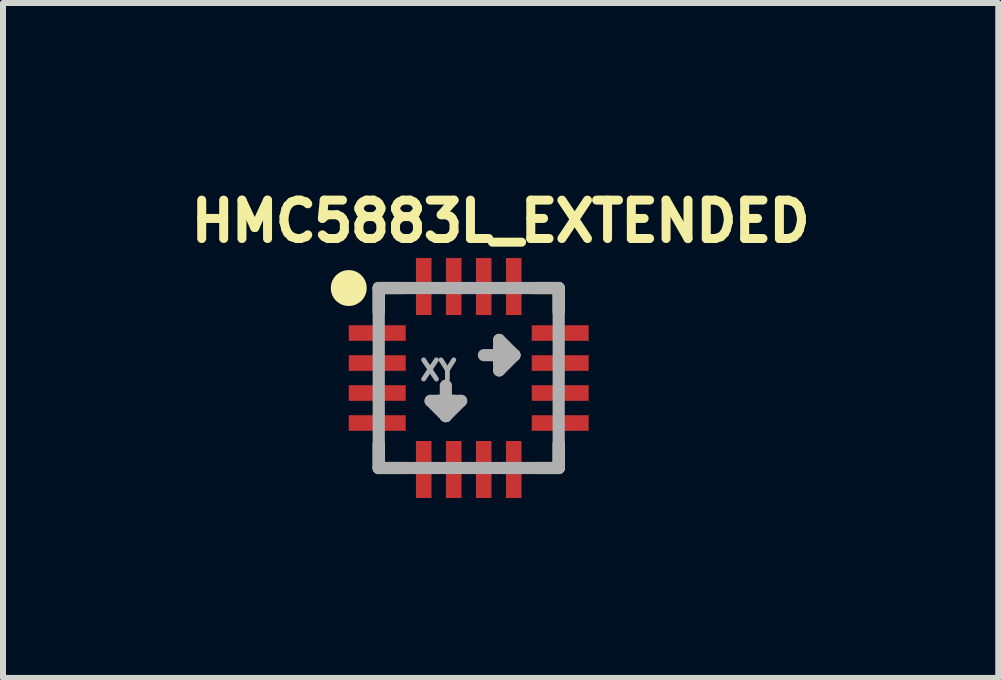
<source format=kicad_pcb>
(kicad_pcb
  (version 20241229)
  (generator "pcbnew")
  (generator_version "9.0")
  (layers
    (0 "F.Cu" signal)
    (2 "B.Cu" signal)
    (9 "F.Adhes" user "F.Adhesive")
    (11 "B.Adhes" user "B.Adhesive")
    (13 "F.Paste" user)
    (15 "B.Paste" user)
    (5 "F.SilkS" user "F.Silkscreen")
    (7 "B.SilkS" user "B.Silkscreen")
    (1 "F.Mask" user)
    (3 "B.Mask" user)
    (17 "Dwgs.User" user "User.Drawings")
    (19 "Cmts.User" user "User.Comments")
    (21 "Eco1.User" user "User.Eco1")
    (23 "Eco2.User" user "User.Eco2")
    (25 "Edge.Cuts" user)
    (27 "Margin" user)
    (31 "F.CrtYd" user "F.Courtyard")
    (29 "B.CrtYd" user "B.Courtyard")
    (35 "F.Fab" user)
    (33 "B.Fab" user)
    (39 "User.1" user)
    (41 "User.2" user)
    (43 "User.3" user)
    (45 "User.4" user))
  (footprint "HMC5883L_EXTENDED"
    (layer "F.Cu")
    (at 4.764 3.252)
    (property "Reference" "HMC5883L_EXTENDED" (at 0.532 -2.614 0) (layer "F.SilkS") (effects (font (size 0.64 0.64) (thickness 0.15))))
    (attr through_hole)
    (fp_line (start -1.5 -1.5) (end -1.1 -1.5) (stroke (width 0.203) (type solid)) (layer "F.SilkS"))
    (fp_line (start -1.5 -1.1) (end -1.5 -1.5) (stroke (width 0.203) (type solid)) (layer "F.SilkS"))
    (fp_line (start -1.5 1.5) (end -1.5 1.1) (stroke (width 0.203) (type solid)) (layer "F.SilkS"))
    (fp_line (start -1.1 1.5) (end -1.5 1.5) (stroke (width 0.203) (type solid)) (layer "F.SilkS"))
    (fp_line (start 1.1 -1.5) (end 1.5 -1.5) (stroke (width 0.203) (type solid)) (layer "F.SilkS"))
    (fp_line (start 1.5 -1.5) (end 1.5 -1.1) (stroke (width 0.203) (type solid)) (layer "F.SilkS"))
    (fp_line (start 1.5 1.1) (end 1.5 1.5) (stroke (width 0.203) (type solid)) (layer "F.SilkS"))
    (fp_line (start 1.5 1.5) (end 1.1 1.5) (stroke (width 0.203) (type solid)) (layer "F.SilkS"))
    (fp_circle (center -2 -1.5) (end -1.85 -1.5) (stroke (width 0.3) (type solid)) (fill no) (layer "F.SilkS"))
    (fp_line (start -1.5 -1.5) (end 1.5 -1.5) (stroke (width 0.203) (type solid)) (layer "F.Fab"))
    (fp_line (start -1.5 1.5) (end -1.5 -1.5) (stroke (width 0.203) (type solid)) (layer "F.Fab"))
    (fp_line (start -0.635 0.381) (end -0.508 0.381) (stroke (width 0.203) (type solid)) (layer "F.Fab"))
    (fp_line (start -0.508 0.381) (end -0.254 0.381) (stroke (width 0.203) (type solid)) (layer "F.Fab"))
    (fp_line (start -0.381 0.127) (end -0.381 0.508) (stroke (width 0.203) (type solid)) (layer "F.Fab"))
    (fp_line (start -0.381 0.508) (end -0.508 0.381) (stroke (width 0.203) (type solid)) (layer "F.Fab"))
    (fp_line (start -0.381 0.635) (end -0.635 0.381) (stroke (width 0.203) (type solid)) (layer "F.Fab"))
    (fp_line (start -0.381 0.635) (end -0.381 0.508) (stroke (width 0.203) (type solid)) (layer "F.Fab"))
    (fp_line (start -0.254 0.381) (end -0.381 0.508) (stroke (width 0.203) (type solid)) (layer "F.Fab"))
    (fp_line (start -0.254 0.381) (end -0.127 0.381) (stroke (width 0.203) (type solid)) (layer "F.Fab"))
    (fp_line (start -0.127 0.381) (end -0.381 0.635) (stroke (width 0.203) (type solid)) (layer "F.Fab"))
    (fp_line (start 0.254 -0.381) (end 0.635 -0.381) (stroke (width 0.203) (type solid)) (layer "F.Fab"))
    (fp_line (start 0.508 -0.635) (end 0.508 -0.508) (stroke (width 0.203) (type solid)) (layer "F.Fab"))
    (fp_line (start 0.508 -0.508) (end 0.635 -0.381) (stroke (width 0.203) (type solid)) (layer "F.Fab"))
    (fp_line (start 0.508 -0.254) (end 0.508 -0.508) (stroke (width 0.203) (type solid)) (layer "F.Fab"))
    (fp_line (start 0.508 -0.254) (end 0.508 -0.127) (stroke (width 0.203) (type solid)) (layer "F.Fab"))
    (fp_line (start 0.508 -0.127) (end 0.762 -0.381) (stroke (width 0.203) (type solid)) (layer "F.Fab"))
    (fp_line (start 0.635 -0.381) (end 0.508 -0.254) (stroke (width 0.203) (type solid)) (layer "F.Fab"))
    (fp_line (start 0.762 -0.381) (end 0.508 -0.635) (stroke (width 0.203) (type solid)) (layer "F.Fab"))
    (fp_line (start 0.762 -0.381) (end 0.635 -0.381) (stroke (width 0.203) (type solid)) (layer "F.Fab"))
    (fp_line (start 1.5 -1.5) (end 1.5 1.5) (stroke (width 0.203) (type solid)) (layer "F.Fab"))
    (fp_line (start 1.5 1.5) (end -1.5 1.5) (stroke (width 0.203) (type solid)) (layer "F.Fab"))
    (fp_text user "XY" (at -0.508 -0.127 0) (layer "F.Fab") (effects (font (size 0.32 0.32) (thickness 0.15))))
    (pad "1" smd rect (at -1.525 -0.75) (size 0.95 0.26) (layers "F.Cu" "F.Mask" "F.Paste"))
    (pad "2" smd rect (at -1.525 -0.25) (size 0.95 0.26) (layers "F.Cu" "F.Mask" "F.Paste"))
    (pad "3" smd rect (at -1.525 0.25) (size 0.95 0.26) (layers "F.Cu" "F.Mask" "F.Paste"))
    (pad "4" smd rect (at -1.525 0.75) (size 0.95 0.26) (layers "F.Cu" "F.Mask" "F.Paste"))
    (pad "5" smd rect (at -0.75 1.525) (size 0.26 0.95) (layers "F.Cu" "F.Mask" "F.Paste"))
    (pad "6" smd rect (at -0.25 1.525) (size 0.26 0.95) (layers "F.Cu" "F.Mask" "F.Paste"))
    (pad "7" smd rect (at 0.25 1.525) (size 0.26 0.95) (layers "F.Cu" "F.Mask" "F.Paste"))
    (pad "8" smd rect (at 0.75 1.525) (size 0.26 0.95) (layers "F.Cu" "F.Mask" "F.Paste"))
    (pad "9" smd rect (at 1.525 0.75) (size 0.95 0.26) (layers "F.Cu" "F.Mask" "F.Paste"))
    (pad "10" smd rect (at 1.525 0.25) (size 0.95 0.26) (layers "F.Cu" "F.Mask" "F.Paste"))
    (pad "11" smd rect (at 1.525 -0.25) (size 0.95 0.26) (layers "F.Cu" "F.Mask" "F.Paste"))
    (pad "12" smd rect (at 1.525 -0.75) (size 0.95 0.26) (layers "F.Cu" "F.Mask" "F.Paste"))
    (pad "13" smd rect (at 0.75 -1.525) (size 0.26 0.95) (layers "F.Cu" "F.Mask" "F.Paste"))
    (pad "14" smd rect (at 0.25 -1.525) (size 0.26 0.95) (layers "F.Cu" "F.Mask" "F.Paste"))
    (pad "15" smd rect (at -0.25 -1.525) (size 0.26 0.95) (layers "F.Cu" "F.Mask" "F.Paste"))
    (pad "16" smd rect (at -0.75 -1.525) (size 0.26 0.95) (layers "F.Cu" "F.Mask" "F.Paste")))
  (gr_rect
    (start -3 -3)
    (end 13.592 8.252)
    (stroke (width 0.1) (type default))
    (fill no)
    (layer "Edge.Cuts")))
</source>
